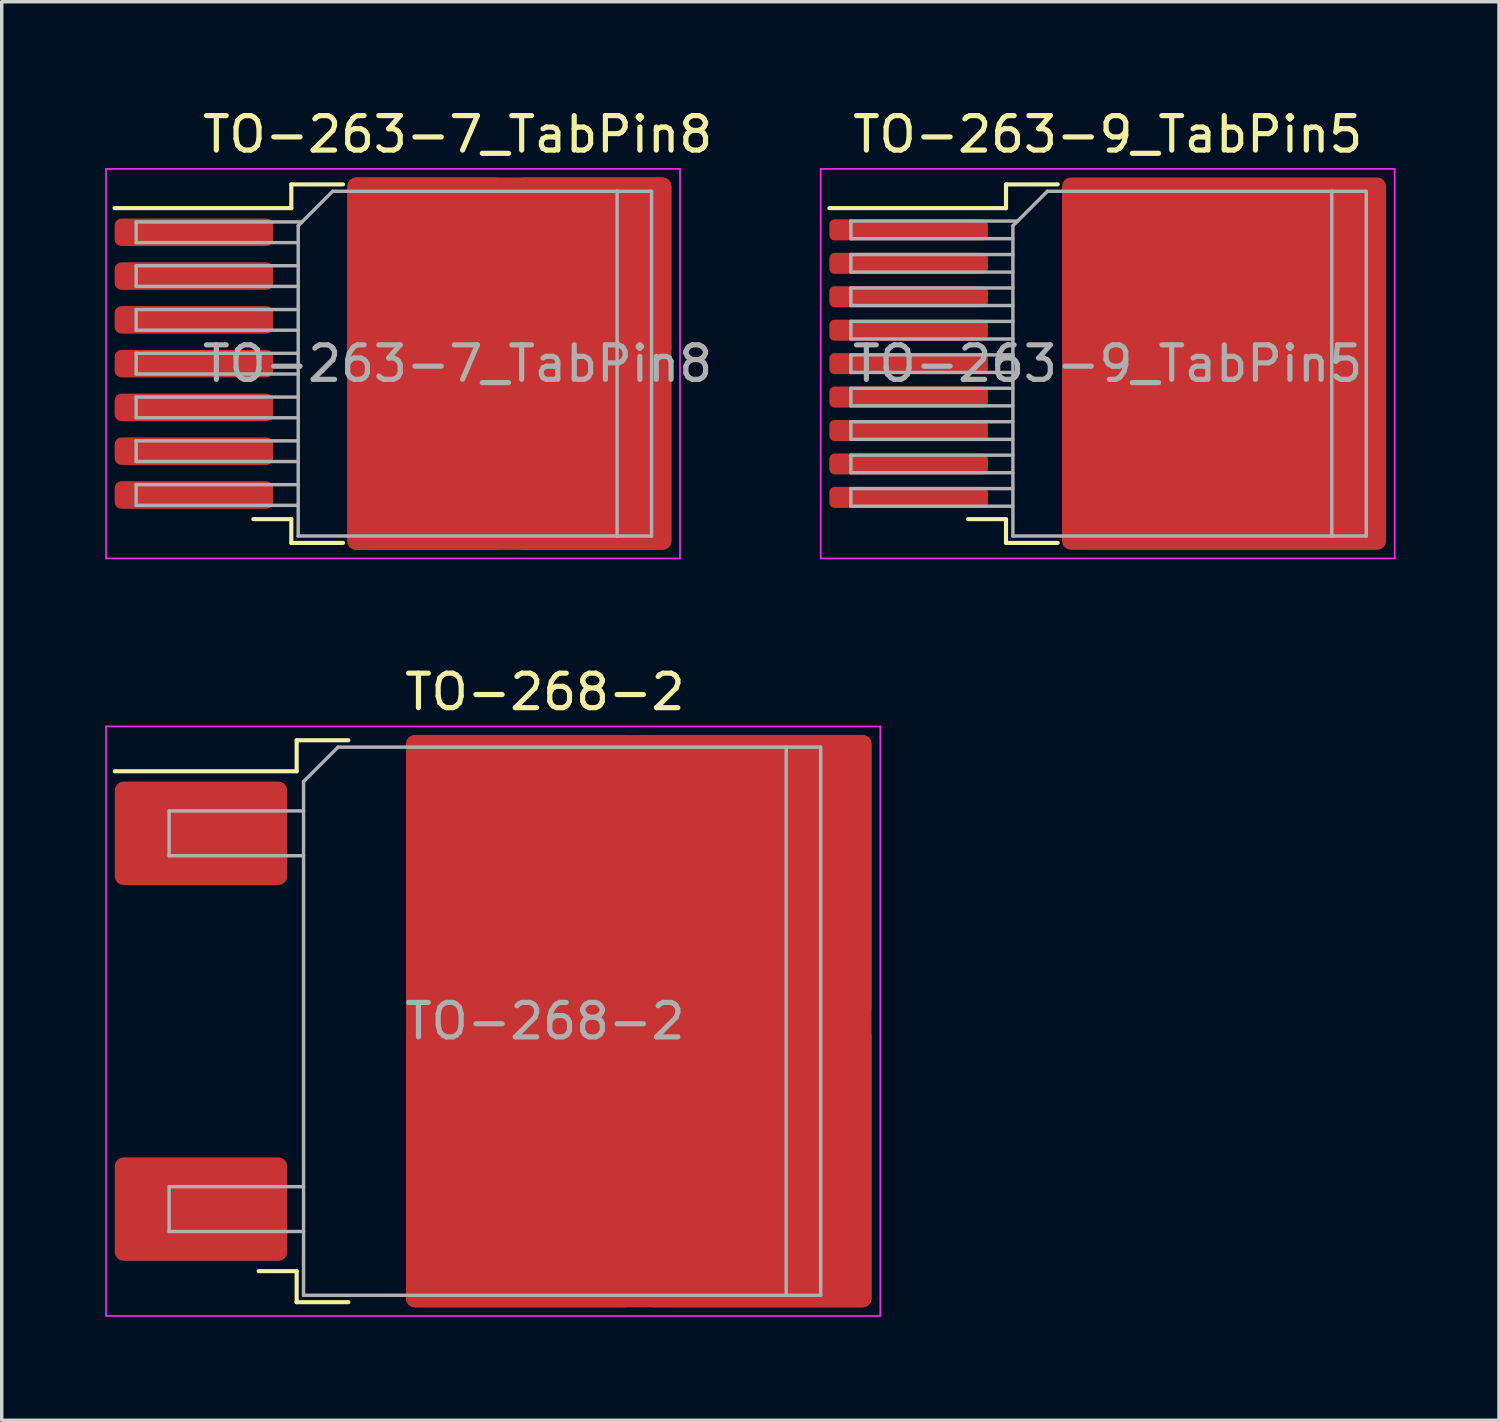
<source format=kicad_pcb>
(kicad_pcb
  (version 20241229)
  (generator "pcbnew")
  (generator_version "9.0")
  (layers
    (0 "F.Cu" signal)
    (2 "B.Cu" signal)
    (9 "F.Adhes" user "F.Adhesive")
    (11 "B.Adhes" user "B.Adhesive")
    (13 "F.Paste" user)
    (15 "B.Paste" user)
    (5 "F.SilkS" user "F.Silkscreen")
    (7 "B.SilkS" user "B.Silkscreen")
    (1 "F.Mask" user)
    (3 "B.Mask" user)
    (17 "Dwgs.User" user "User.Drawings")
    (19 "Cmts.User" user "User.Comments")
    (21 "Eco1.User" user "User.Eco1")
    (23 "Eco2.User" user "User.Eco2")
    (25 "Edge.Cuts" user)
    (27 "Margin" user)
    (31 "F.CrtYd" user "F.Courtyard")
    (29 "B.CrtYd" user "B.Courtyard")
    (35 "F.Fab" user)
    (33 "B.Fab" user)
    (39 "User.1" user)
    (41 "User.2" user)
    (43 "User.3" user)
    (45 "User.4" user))
  (footprint "TO-263-7_TabPin8"
    (layer "F.Cu")
    (at 10.225 7.498)
    (property "Reference" "TO-263-7_TabPin8" (at 0 -6.65 0) (layer "F.SilkS") (effects (font (size 1 1) (thickness 0.15))))
    (attr smd)
    (fp_line (start -4.825 -5.2) (end -4.825 -4.51) (stroke (width 0.12) (type solid)) (layer "F.SilkS"))
    (fp_line (start -4.825 -4.51) (end -9.95 -4.51) (stroke (width 0.12) (type solid)) (layer "F.SilkS"))
    (fp_line (start -4.825 4.51) (end -5.925 4.51) (stroke (width 0.12) (type solid)) (layer "F.SilkS"))
    (fp_line (start -4.825 5.2) (end -4.825 4.51) (stroke (width 0.12) (type solid)) (layer "F.SilkS"))
    (fp_line (start -3.325 -5.2) (end -4.825 -5.2) (stroke (width 0.12) (type solid)) (layer "F.SilkS"))
    (fp_line (start -3.325 5.2) (end -4.825 5.2) (stroke (width 0.12) (type solid)) (layer "F.SilkS"))
    (fp_line (start -10.2 -5.65) (end -10.2 5.65) (stroke (width 0.05) (type solid)) (layer "F.CrtYd"))
    (fp_line (start -10.2 5.65) (end 6.45 5.65) (stroke (width 0.05) (type solid)) (layer "F.CrtYd"))
    (fp_line (start 6.45 -5.65) (end -10.2 -5.65) (stroke (width 0.05) (type solid)) (layer "F.CrtYd"))
    (fp_line (start 6.45 5.65) (end 6.45 -5.65) (stroke (width 0.05) (type solid)) (layer "F.CrtYd"))
    (fp_line (start -9.325 -4.11) (end -9.325 -3.51) (stroke (width 0.1) (type solid)) (layer "F.Fab"))
    (fp_line (start -9.325 -3.51) (end -4.625 -3.51) (stroke (width 0.1) (type solid)) (layer "F.Fab"))
    (fp_line (start -9.325 -2.84) (end -9.325 -2.24) (stroke (width 0.1) (type solid)) (layer "F.Fab"))
    (fp_line (start -9.325 -2.24) (end -4.625 -2.24) (stroke (width 0.1) (type solid)) (layer "F.Fab"))
    (fp_line (start -9.325 -1.57) (end -9.325 -0.97) (stroke (width 0.1) (type solid)) (layer "F.Fab"))
    (fp_line (start -9.325 -0.97) (end -4.625 -0.97) (stroke (width 0.1) (type solid)) (layer "F.Fab"))
    (fp_line (start -9.325 -0.3) (end -9.325 0.3) (stroke (width 0.1) (type solid)) (layer "F.Fab"))
    (fp_line (start -9.325 0.3) (end -4.625 0.3) (stroke (width 0.1) (type solid)) (layer "F.Fab"))
    (fp_line (start -9.325 0.97) (end -9.325 1.57) (stroke (width 0.1) (type solid)) (layer "F.Fab"))
    (fp_line (start -9.325 1.57) (end -4.625 1.57) (stroke (width 0.1) (type solid)) (layer "F.Fab"))
    (fp_line (start -9.325 2.24) (end -9.325 2.84) (stroke (width 0.1) (type solid)) (layer "F.Fab"))
    (fp_line (start -9.325 2.84) (end -4.625 2.84) (stroke (width 0.1) (type solid)) (layer "F.Fab"))
    (fp_line (start -9.325 3.51) (end -9.325 4.11) (stroke (width 0.1) (type solid)) (layer "F.Fab"))
    (fp_line (start -9.325 4.11) (end -4.625 4.11) (stroke (width 0.1) (type solid)) (layer "F.Fab"))
    (fp_line (start -4.625 -4) (end -3.625 -5) (stroke (width 0.1) (type solid)) (layer "F.Fab"))
    (fp_line (start -4.625 -2.84) (end -9.325 -2.84) (stroke (width 0.1) (type solid)) (layer "F.Fab"))
    (fp_line (start -4.625 -1.57) (end -9.325 -1.57) (stroke (width 0.1) (type solid)) (layer "F.Fab"))
    (fp_line (start -4.625 -0.3) (end -9.325 -0.3) (stroke (width 0.1) (type solid)) (layer "F.Fab"))
    (fp_line (start -4.625 0.97) (end -9.325 0.97) (stroke (width 0.1) (type solid)) (layer "F.Fab"))
    (fp_line (start -4.625 2.24) (end -9.325 2.24) (stroke (width 0.1) (type solid)) (layer "F.Fab"))
    (fp_line (start -4.625 3.51) (end -9.325 3.51) (stroke (width 0.1) (type solid)) (layer "F.Fab"))
    (fp_line (start -4.625 5) (end -4.625 -4) (stroke (width 0.1) (type solid)) (layer "F.Fab"))
    (fp_line (start -4.515 -4.11) (end -9.325 -4.11) (stroke (width 0.1) (type solid)) (layer "F.Fab"))
    (fp_line (start -3.625 -5) (end 4.625 -5) (stroke (width 0.1) (type solid)) (layer "F.Fab"))
    (fp_line (start 4.625 -5) (end 4.625 5) (stroke (width 0.1) (type solid)) (layer "F.Fab"))
    (fp_line (start 4.625 -5) (end 5.625 -5) (stroke (width 0.1) (type solid)) (layer "F.Fab"))
    (fp_line (start 4.625 5) (end -4.625 5) (stroke (width 0.1) (type solid)) (layer "F.Fab"))
    (fp_line (start 5.625 -5) (end 5.625 5) (stroke (width 0.1) (type solid)) (layer "F.Fab"))
    (fp_line (start 5.625 5) (end 4.625 5) (stroke (width 0.1) (type solid)) (layer "F.Fab"))
    (fp_text user "${REFERENCE}" (at 0 0 0) (layer "F.Fab") (effects (font (size 1 1) (thickness 0.15))))
    (pad "1" smd roundrect (at -7.65 -3.81) (size 4.6 0.8) (layers "F.Cu" "F.Mask" "F.Paste") (roundrect_rratio 0.25))
    (pad "2" smd roundrect (at -7.65 -2.54) (size 4.6 0.8) (layers "F.Cu" "F.Mask" "F.Paste") (roundrect_rratio 0.25))
    (pad "3" smd roundrect (at -7.65 -1.27) (size 4.6 0.8) (layers "F.Cu" "F.Mask" "F.Paste") (roundrect_rratio 0.25))
    (pad "4" smd roundrect (at -7.65 0) (size 4.6 0.8) (layers "F.Cu" "F.Mask" "F.Paste") (roundrect_rratio 0.25))
    (pad "5" smd roundrect (at -7.65 1.27) (size 4.6 0.8) (layers "F.Cu" "F.Mask" "F.Paste") (roundrect_rratio 0.25))
    (pad "6" smd roundrect (at -7.65 2.54) (size 4.6 0.8) (layers "F.Cu" "F.Mask" "F.Paste") (roundrect_rratio 0.25))
    (pad "7" smd roundrect (at -7.65 3.81) (size 4.6 0.8) (layers "F.Cu" "F.Mask" "F.Paste") (roundrect_rratio 0.25))
    (pad "8" smd roundrect (at -0.925 -2.775) (size 4.55 5.25) (layers "F.Cu" "F.Paste") (roundrect_rratio 0.055))
    (pad "8" smd roundrect (at -0.925 2.775) (size 4.55 5.25) (layers "F.Cu" "F.Paste") (roundrect_rratio 0.055))
    (pad "8" smd roundrect (at 1.5 0) (size 9.4 10.8) (layers "F.Cu" "F.Mask") (roundrect_rratio 0.027))
    (pad "8" smd roundrect (at 3.925 -2.775) (size 4.55 5.25) (layers "F.Cu" "F.Paste") (roundrect_rratio 0.055))
    (pad "8" smd roundrect (at 3.925 2.775) (size 4.55 5.25) (layers "F.Cu" "F.Paste") (roundrect_rratio 0.055)))
  (footprint "TO-263-9_TabPin5"
    (layer "F.Cu")
    (at 30.956 7.498)
    (property "Reference" "TO-263-9_TabPin5" (at -1.875 -6.65 0) (layer "F.SilkS") (effects (font (size 1 1) (thickness 0.15))))
    (attr smd)
    (fp_line (start -4.825 -5.2) (end -4.825 -4.51) (stroke (width 0.12) (type solid)) (layer "F.SilkS"))
    (fp_line (start -4.825 -4.51) (end -9.95 -4.51) (stroke (width 0.12) (type solid)) (layer "F.SilkS"))
    (fp_line (start -4.825 4.51) (end -5.925 4.51) (stroke (width 0.12) (type solid)) (layer "F.SilkS"))
    (fp_line (start -4.825 5.2) (end -4.825 4.51) (stroke (width 0.12) (type solid)) (layer "F.SilkS"))
    (fp_line (start -3.325 -5.2) (end -4.825 -5.2) (stroke (width 0.12) (type solid)) (layer "F.SilkS"))
    (fp_line (start -3.325 5.2) (end -4.825 5.2) (stroke (width 0.12) (type solid)) (layer "F.SilkS"))
    (fp_line (start -10.2 -5.65) (end -10.2 5.65) (stroke (width 0.05) (type solid)) (layer "F.CrtYd"))
    (fp_line (start -10.2 5.65) (end 6.45 5.65) (stroke (width 0.05) (type solid)) (layer "F.CrtYd"))
    (fp_line (start 6.45 -5.65) (end -10.2 -5.65) (stroke (width 0.05) (type solid)) (layer "F.CrtYd"))
    (fp_line (start 6.45 5.65) (end 6.45 -5.65) (stroke (width 0.05) (type solid)) (layer "F.CrtYd"))
    (fp_line (start -9.325 -4.135) (end -9.325 -3.625) (stroke (width 0.1) (type solid)) (layer "F.Fab"))
    (fp_line (start -9.325 -3.625) (end -4.625 -3.625) (stroke (width 0.1) (type solid)) (layer "F.Fab"))
    (fp_line (start -9.325 -3.165) (end -9.325 -2.655) (stroke (width 0.1) (type solid)) (layer "F.Fab"))
    (fp_line (start -9.325 -2.655) (end -4.625 -2.655) (stroke (width 0.1) (type solid)) (layer "F.Fab"))
    (fp_line (start -9.325 -2.195) (end -9.325 -1.685) (stroke (width 0.1) (type solid)) (layer "F.Fab"))
    (fp_line (start -9.325 -1.685) (end -4.625 -1.685) (stroke (width 0.1) (type solid)) (layer "F.Fab"))
    (fp_line (start -9.325 -1.225) (end -9.325 -0.715) (stroke (width 0.1) (type solid)) (layer "F.Fab"))
    (fp_line (start -9.325 -0.715) (end -4.625 -0.715) (stroke (width 0.1) (type solid)) (layer "F.Fab"))
    (fp_line (start -9.325 -0.255) (end -9.325 0.255) (stroke (width 0.1) (type solid)) (layer "F.Fab"))
    (fp_line (start -9.325 0.255) (end -4.625 0.255) (stroke (width 0.1) (type solid)) (layer "F.Fab"))
    (fp_line (start -9.325 0.715) (end -9.325 1.225) (stroke (width 0.1) (type solid)) (layer "F.Fab"))
    (fp_line (start -9.325 1.225) (end -4.625 1.225) (stroke (width 0.1) (type solid)) (layer "F.Fab"))
    (fp_line (start -9.325 1.685) (end -9.325 2.195) (stroke (width 0.1) (type solid)) (layer "F.Fab"))
    (fp_line (start -9.325 2.195) (end -4.625 2.195) (stroke (width 0.1) (type solid)) (layer "F.Fab"))
    (fp_line (start -9.325 2.655) (end -9.325 3.165) (stroke (width 0.1) (type solid)) (layer "F.Fab"))
    (fp_line (start -9.325 3.165) (end -4.625 3.165) (stroke (width 0.1) (type solid)) (layer "F.Fab"))
    (fp_line (start -9.325 3.625) (end -9.325 4.135) (stroke (width 0.1) (type solid)) (layer "F.Fab"))
    (fp_line (start -9.325 4.135) (end -4.625 4.135) (stroke (width 0.1) (type solid)) (layer "F.Fab"))
    (fp_line (start -4.625 -4) (end -3.625 -5) (stroke (width 0.1) (type solid)) (layer "F.Fab"))
    (fp_line (start -4.625 -3.165) (end -9.325 -3.165) (stroke (width 0.1) (type solid)) (layer "F.Fab"))
    (fp_line (start -4.625 -2.195) (end -9.325 -2.195) (stroke (width 0.1) (type solid)) (layer "F.Fab"))
    (fp_line (start -4.625 -1.225) (end -9.325 -1.225) (stroke (width 0.1) (type solid)) (layer "F.Fab"))
    (fp_line (start -4.625 -0.255) (end -9.325 -0.255) (stroke (width 0.1) (type solid)) (layer "F.Fab"))
    (fp_line (start -4.625 0.715) (end -9.325 0.715) (stroke (width 0.1) (type solid)) (layer "F.Fab"))
    (fp_line (start -4.625 1.685) (end -9.325 1.685) (stroke (width 0.1) (type solid)) (layer "F.Fab"))
    (fp_line (start -4.625 2.655) (end -9.325 2.655) (stroke (width 0.1) (type solid)) (layer "F.Fab"))
    (fp_line (start -4.625 3.625) (end -9.325 3.625) (stroke (width 0.1) (type solid)) (layer "F.Fab"))
    (fp_line (start -4.625 5) (end -4.625 -4) (stroke (width 0.1) (type solid)) (layer "F.Fab"))
    (fp_line (start -4.49 -4.135) (end -9.325 -4.135) (stroke (width 0.1) (type solid)) (layer "F.Fab"))
    (fp_line (start -3.625 -5) (end 4.625 -5) (stroke (width 0.1) (type solid)) (layer "F.Fab"))
    (fp_line (start 4.625 -5) (end 4.625 5) (stroke (width 0.1) (type solid)) (layer "F.Fab"))
    (fp_line (start 4.625 -5) (end 5.625 -5) (stroke (width 0.1) (type solid)) (layer "F.Fab"))
    (fp_line (start 4.625 5) (end -4.625 5) (stroke (width 0.1) (type solid)) (layer "F.Fab"))
    (fp_line (start 5.625 -5) (end 5.625 5) (stroke (width 0.1) (type solid)) (layer "F.Fab"))
    (fp_line (start 5.625 5) (end 4.625 5) (stroke (width 0.1) (type solid)) (layer "F.Fab"))
    (fp_text user "${REFERENCE}" (at -1.875 0 0) (layer "F.Fab") (effects (font (size 1 1) (thickness 0.15))))
    (pad "" smd roundrect (at -0.925 -2.775) (size 4.55 5.25) (layers "F.Paste") (roundrect_rratio 0.055))
    (pad "" smd roundrect (at -0.925 2.775) (size 4.55 5.25) (layers "F.Paste") (roundrect_rratio 0.055))
    (pad "" smd roundrect (at 3.925 -2.775) (size 4.55 5.25) (layers "F.Paste") (roundrect_rratio 0.055))
    (pad "" smd roundrect (at 3.925 2.775) (size 4.55 5.25) (layers "F.Paste") (roundrect_rratio 0.055))
    (pad "1" smd roundrect (at -7.65 -3.88) (size 4.6 0.61) (layers "F.Cu" "F.Mask" "F.Paste") (roundrect_rratio 0.25))
    (pad "2" smd roundrect (at -7.65 -2.91) (size 4.6 0.61) (layers "F.Cu" "F.Mask" "F.Paste") (roundrect_rratio 0.25))
    (pad "3" smd roundrect (at -7.65 -1.94) (size 4.6 0.61) (layers "F.Cu" "F.Mask" "F.Paste") (roundrect_rratio 0.25))
    (pad "4" smd roundrect (at -7.65 -0.97) (size 4.6 0.61) (layers "F.Cu" "F.Mask" "F.Paste") (roundrect_rratio 0.25))
    (pad "5" smd roundrect (at -7.65 0) (size 4.6 0.61) (layers "F.Cu" "F.Mask" "F.Paste") (roundrect_rratio 0.25))
    (pad "5" smd roundrect (at 1.5 0) (size 9.4 10.8) (layers "F.Cu" "F.Mask") (roundrect_rratio 0.027))
    (pad "6" smd roundrect (at -7.65 0.97) (size 4.6 0.61) (layers "F.Cu" "F.Mask" "F.Paste") (roundrect_rratio 0.25))
    (pad "7" smd roundrect (at -7.65 1.94) (size 4.6 0.61) (layers "F.Cu" "F.Mask" "F.Paste") (roundrect_rratio 0.25))
    (pad "8" smd roundrect (at -7.65 2.91) (size 4.6 0.61) (layers "F.Cu" "F.Mask" "F.Paste") (roundrect_rratio 0.25))
    (pad "9" smd roundrect (at -7.65 3.88) (size 4.6 0.61) (layers "F.Cu" "F.Mask" "F.Paste") (roundrect_rratio 0.25)))
  (footprint "TO-268-2"
    (layer "F.Cu")
    (at 12.755 26.572)
    (property "Reference" "TO-268-2" (at 0 -9.55 0) (layer "F.SilkS") (effects (font (size 1 1) (thickness 0.15))))
    (attr smd)
    (fp_line (start -7.2 -8.15) (end -7.2 -7.25) (stroke (width 0.12) (type solid)) (layer "F.SilkS"))
    (fp_line (start -7.2 -7.25) (end -12.475 -7.25) (stroke (width 0.12) (type solid)) (layer "F.SilkS"))
    (fp_line (start -7.2 7.25) (end -8.3 7.25) (stroke (width 0.12) (type solid)) (layer "F.SilkS"))
    (fp_line (start -7.2 8.15) (end -7.2 7.25) (stroke (width 0.12) (type solid)) (layer "F.SilkS"))
    (fp_line (start -5.7 -8.15) (end -7.2 -8.15) (stroke (width 0.12) (type solid)) (layer "F.SilkS"))
    (fp_line (start -5.7 8.15) (end -7.2 8.15) (stroke (width 0.12) (type solid)) (layer "F.SilkS"))
    (fp_line (start -12.73 -8.55) (end -12.73 8.55) (stroke (width 0.05) (type solid)) (layer "F.CrtYd"))
    (fp_line (start -12.73 8.55) (end 9.73 8.55) (stroke (width 0.05) (type solid)) (layer "F.CrtYd"))
    (fp_line (start 9.73 -8.55) (end -12.73 -8.55) (stroke (width 0.05) (type solid)) (layer "F.CrtYd"))
    (fp_line (start 9.73 8.55) (end 9.73 -8.55) (stroke (width 0.05) (type solid)) (layer "F.CrtYd"))
    (fp_line (start -10.9 -6.1) (end -10.9 -4.8) (stroke (width 0.1) (type solid)) (layer "F.Fab"))
    (fp_line (start -10.9 -4.8) (end -7 -4.8) (stroke (width 0.1) (type solid)) (layer "F.Fab"))
    (fp_line (start -10.9 4.8) (end -10.9 6.1) (stroke (width 0.1) (type solid)) (layer "F.Fab"))
    (fp_line (start -10.9 6.1) (end -7 6.1) (stroke (width 0.1) (type solid)) (layer "F.Fab"))
    (fp_line (start -7 -6.95) (end -6 -7.95) (stroke (width 0.1) (type solid)) (layer "F.Fab"))
    (fp_line (start -7 -6.1) (end -10.9 -6.1) (stroke (width 0.1) (type solid)) (layer "F.Fab"))
    (fp_line (start -7 4.8) (end -10.9 4.8) (stroke (width 0.1) (type solid)) (layer "F.Fab"))
    (fp_line (start -7 7.95) (end -7 -6.95) (stroke (width 0.1) (type solid)) (layer "F.Fab"))
    (fp_line (start -6 -7.95) (end 7 -7.95) (stroke (width 0.1) (type solid)) (layer "F.Fab"))
    (fp_line (start 7 -7.95) (end 7 7.95) (stroke (width 0.1) (type solid)) (layer "F.Fab"))
    (fp_line (start 7 -7.95) (end 8 -7.95) (stroke (width 0.1) (type solid)) (layer "F.Fab"))
    (fp_line (start 7 7.95) (end -7 7.95) (stroke (width 0.1) (type solid)) (layer "F.Fab"))
    (fp_line (start 8 -7.95) (end 8 7.95) (stroke (width 0.1) (type solid)) (layer "F.Fab"))
    (fp_line (start 8 7.95) (end 7 7.95) (stroke (width 0.1) (type solid)) (layer "F.Fab"))
    (fp_text user "${REFERENCE}" (at 0 0 0) (layer "F.Fab") (effects (font (size 1 1) (thickness 0.15))))
    (pad "1" smd roundrect (at -9.975 -5.45) (size 5 3) (layers "F.Cu" "F.Mask" "F.Paste") (roundrect_rratio 0.083))
    (pad "2" smd roundrect (at -0.725 -4.225) (size 6.6 8.15) (layers "F.Cu" "F.Paste") (roundrect_rratio 0.038))
    (pad "2" smd roundrect (at -0.725 4.225) (size 6.6 8.15) (layers "F.Cu" "F.Paste") (roundrect_rratio 0.038))
    (pad "2" smd roundrect (at 2.725 0) (size 13.5 16.6) (layers "F.Cu" "F.Mask") (roundrect_rratio 0.019))
    (pad "2" smd roundrect (at 6.175 -4.225) (size 6.6 8.15) (layers "F.Cu" "F.Paste") (roundrect_rratio 0.038))
    (pad "2" smd roundrect (at 6.175 4.225) (size 6.6 8.15) (layers "F.Cu" "F.Paste") (roundrect_rratio 0.038))
    (pad "3" smd roundrect (at -9.975 5.45) (size 5 3) (layers "F.Cu" "F.Mask" "F.Paste") (roundrect_rratio 0.083)))
  (gr_rect
    (start -3 -3)
    (end 40.431 38.147)
    (stroke (width 0.1) (type default))
    (fill no)
    (layer "Edge.Cuts")))
</source>
